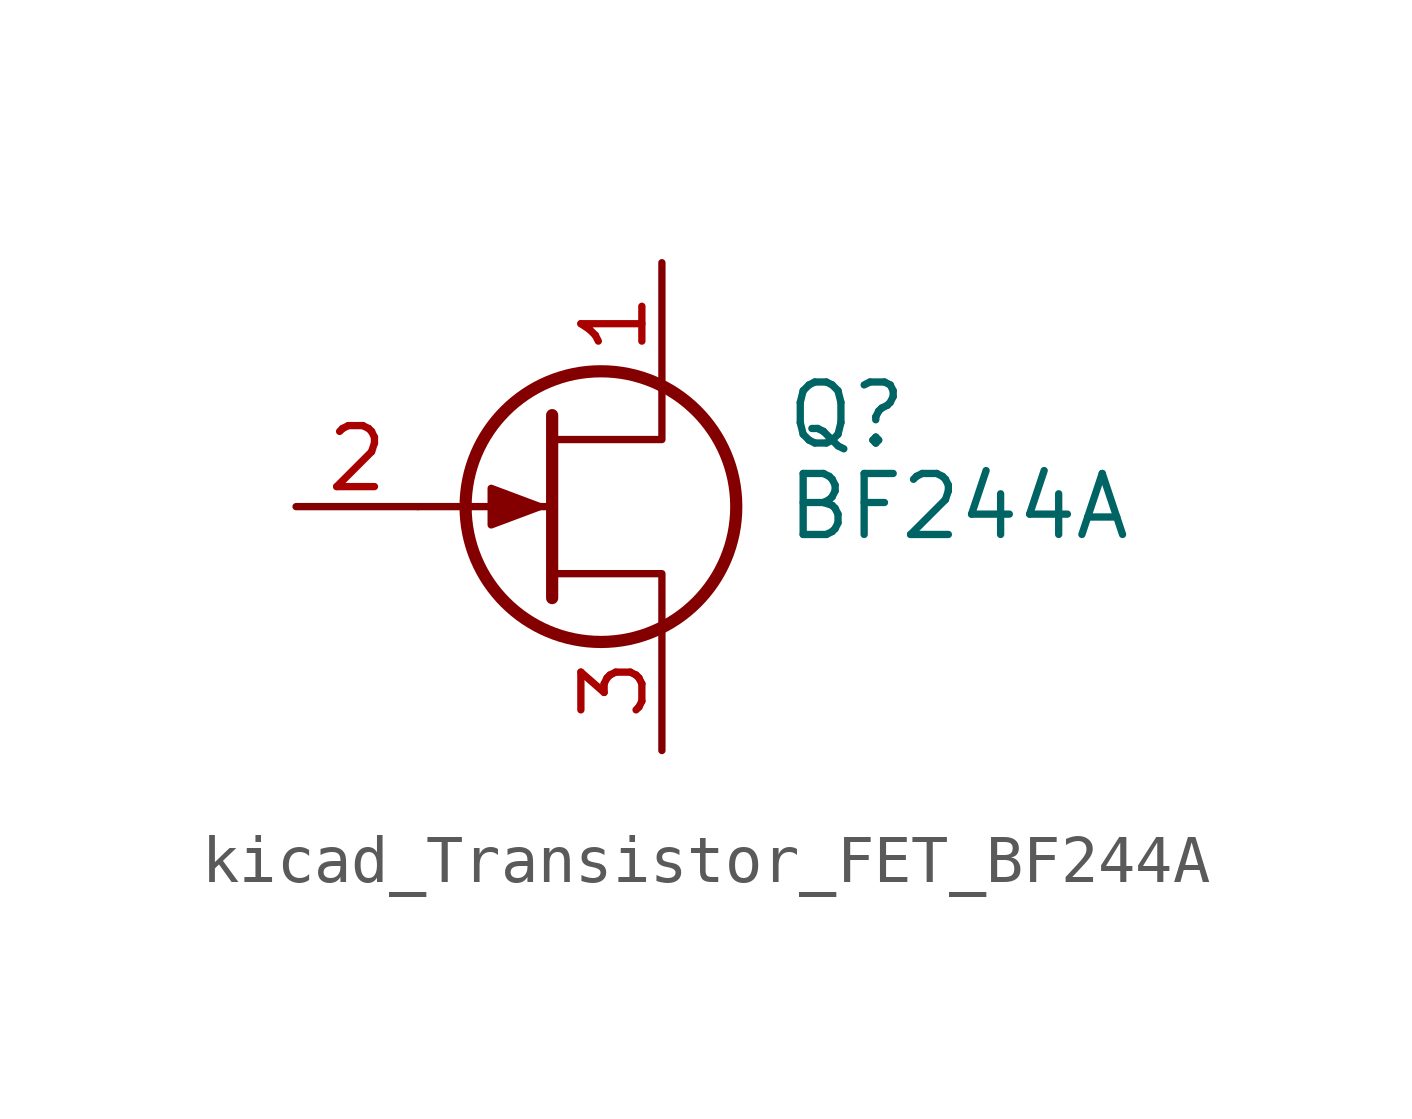
<source format=kicad_sym>
(kicad_symbol_lib
  (version 20220914)
  (generator kicad_symbol_editor)
  (symbol "kicad_Transistor_FET_BF244A"
    (pin_names hide)
    (property "Reference" "Q"
      (at 5.08 1.905 0)
      (effects (font (size 1.27 1.27)) (justify left)))
    (property "Value" "BF244A"
      (at 5.08 0 0)
      (effects (font (size 1.27 1.27)) (justify left)))
    (symbol "kicad_Transistor_FET_BF244A_0_1"
      (polyline (pts (xy 0.254 0) (xy -2.54 0)) (stroke (width 0) (type default)) (fill (type none)))
      (polyline (pts (xy 0.254 1.905) (xy 0.254 -1.905)) (stroke (width 0.254) (type default)) (fill (type none)))
      (polyline (pts (xy 2.54 -2.54) (xy 2.54 -1.397) (xy 0.254 -1.397)) (stroke (width 0) (type default)) (fill (type none)))
      (polyline (pts (xy 2.54 2.54) (xy 2.54 1.397) (xy 0.254 1.397)) (stroke (width 0) (type default)) (fill (type none)))
      (polyline (pts (xy 0 0) (xy -1.016 0.381) (xy -1.016 -0.381) (xy 0 0)) (stroke (width 0) (type default)) (fill (type outline)))
      (circle (center 1.27 0) (radius 2.819) (stroke (width 0.254) (type default)) (fill (type none))))
    (symbol "kicad_Transistor_FET_BF244A_1_1"
      (pin passive line (at 2.54 5.08 270) (length 2.54) (name "D" (effects (font (size 1.27 1.27)))) (number "1" (effects (font (size 1.27 1.27)))))
      (pin input line (at -5.08 0 0) (length 2.54) (name "G" (effects (font (size 1.27 1.27)))) (number "2" (effects (font (size 1.27 1.27)))))
      (pin passive line (at 2.54 -5.08 90) (length 2.54) (name "S" (effects (font (size 1.27 1.27)))) (number "3" (effects (font (size 1.27 1.27))))))))
</source>
